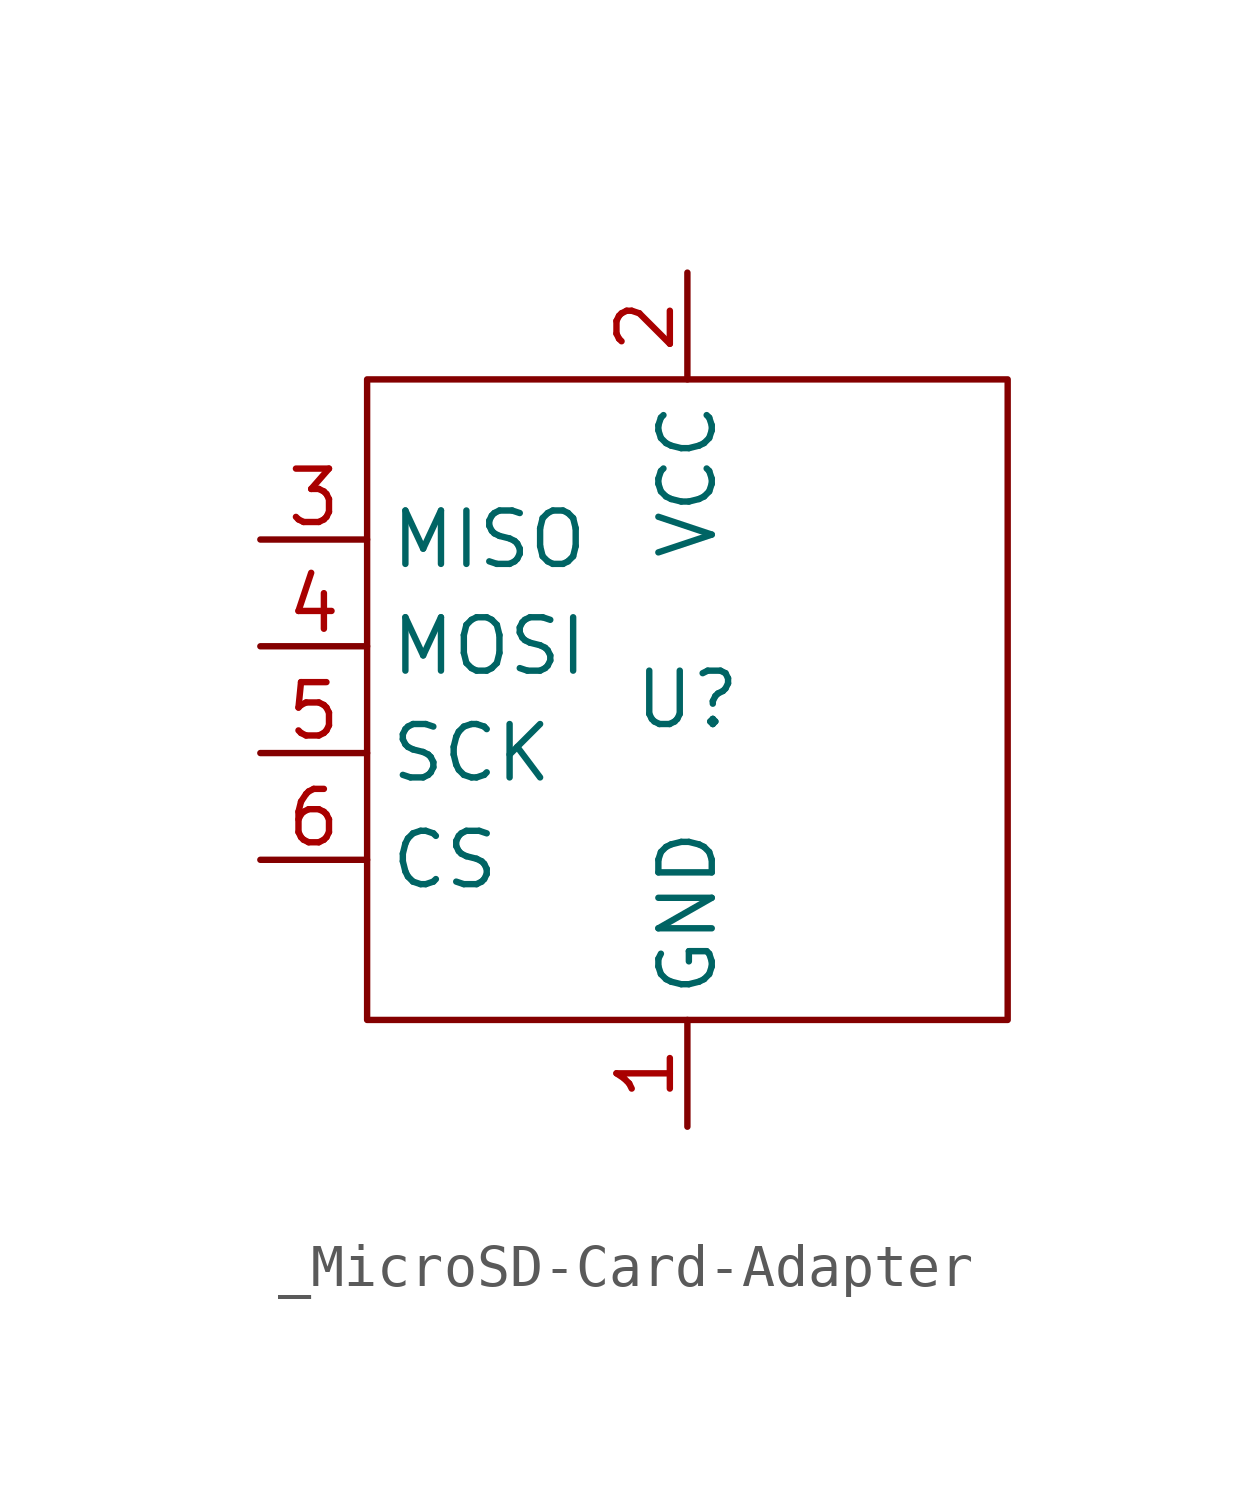
<source format=kicad_sym>
(kicad_symbol_lib
  (version 20241209)
  (generator "kicad_symbol_editor")
  (generator_version "9.0")
  (symbol "_MicroSD-Card-Adapter"
    (property "Reference" "U"
      (at 0 0 0)
      (effects (font (size 1.27 1.27))))
    (property "Value" ""
      (at 0 0 0)
      (effects (font (size 1.27 1.27))))
    (symbol "_MicroSD-Card-Adapter_0_1"
      (rectangle (start -7.62 7.62) (end 7.62 -7.62) (stroke (width 0) (type default)) (fill (type none))))
    (symbol "_MicroSD-Card-Adapter_1_1"
      (pin input line (at -10.16 3.81 0) (length 2.54) (name "MISO" (effects (font (size 1.27 1.27)))) (number "3" (effects (font (size 1.27 1.27)))))
      (pin input line (at -10.16 1.27 0) (length 2.54) (name "MOSI" (effects (font (size 1.27 1.27)))) (number "4" (effects (font (size 1.27 1.27)))))
      (pin input line (at -10.16 -1.27 0) (length 2.54) (name "SCK" (effects (font (size 1.27 1.27)))) (number "5" (effects (font (size 1.27 1.27)))))
      (pin input line (at -10.16 -3.81 0) (length 2.54) (name "CS" (effects (font (size 1.27 1.27)))) (number "6" (effects (font (size 1.27 1.27)))))
      (pin power_in line (at 0 10.16 270) (length 2.54) (name "VCC" (effects (font (size 1.27 1.27)))) (number "2" (effects (font (size 1.27 1.27)))))
      (pin power_in line (at 0 -10.16 90) (length 2.54) (name "GND" (effects (font (size 1.27 1.27)))) (number "1" (effects (font (size 1.27 1.27))))))))
</source>
